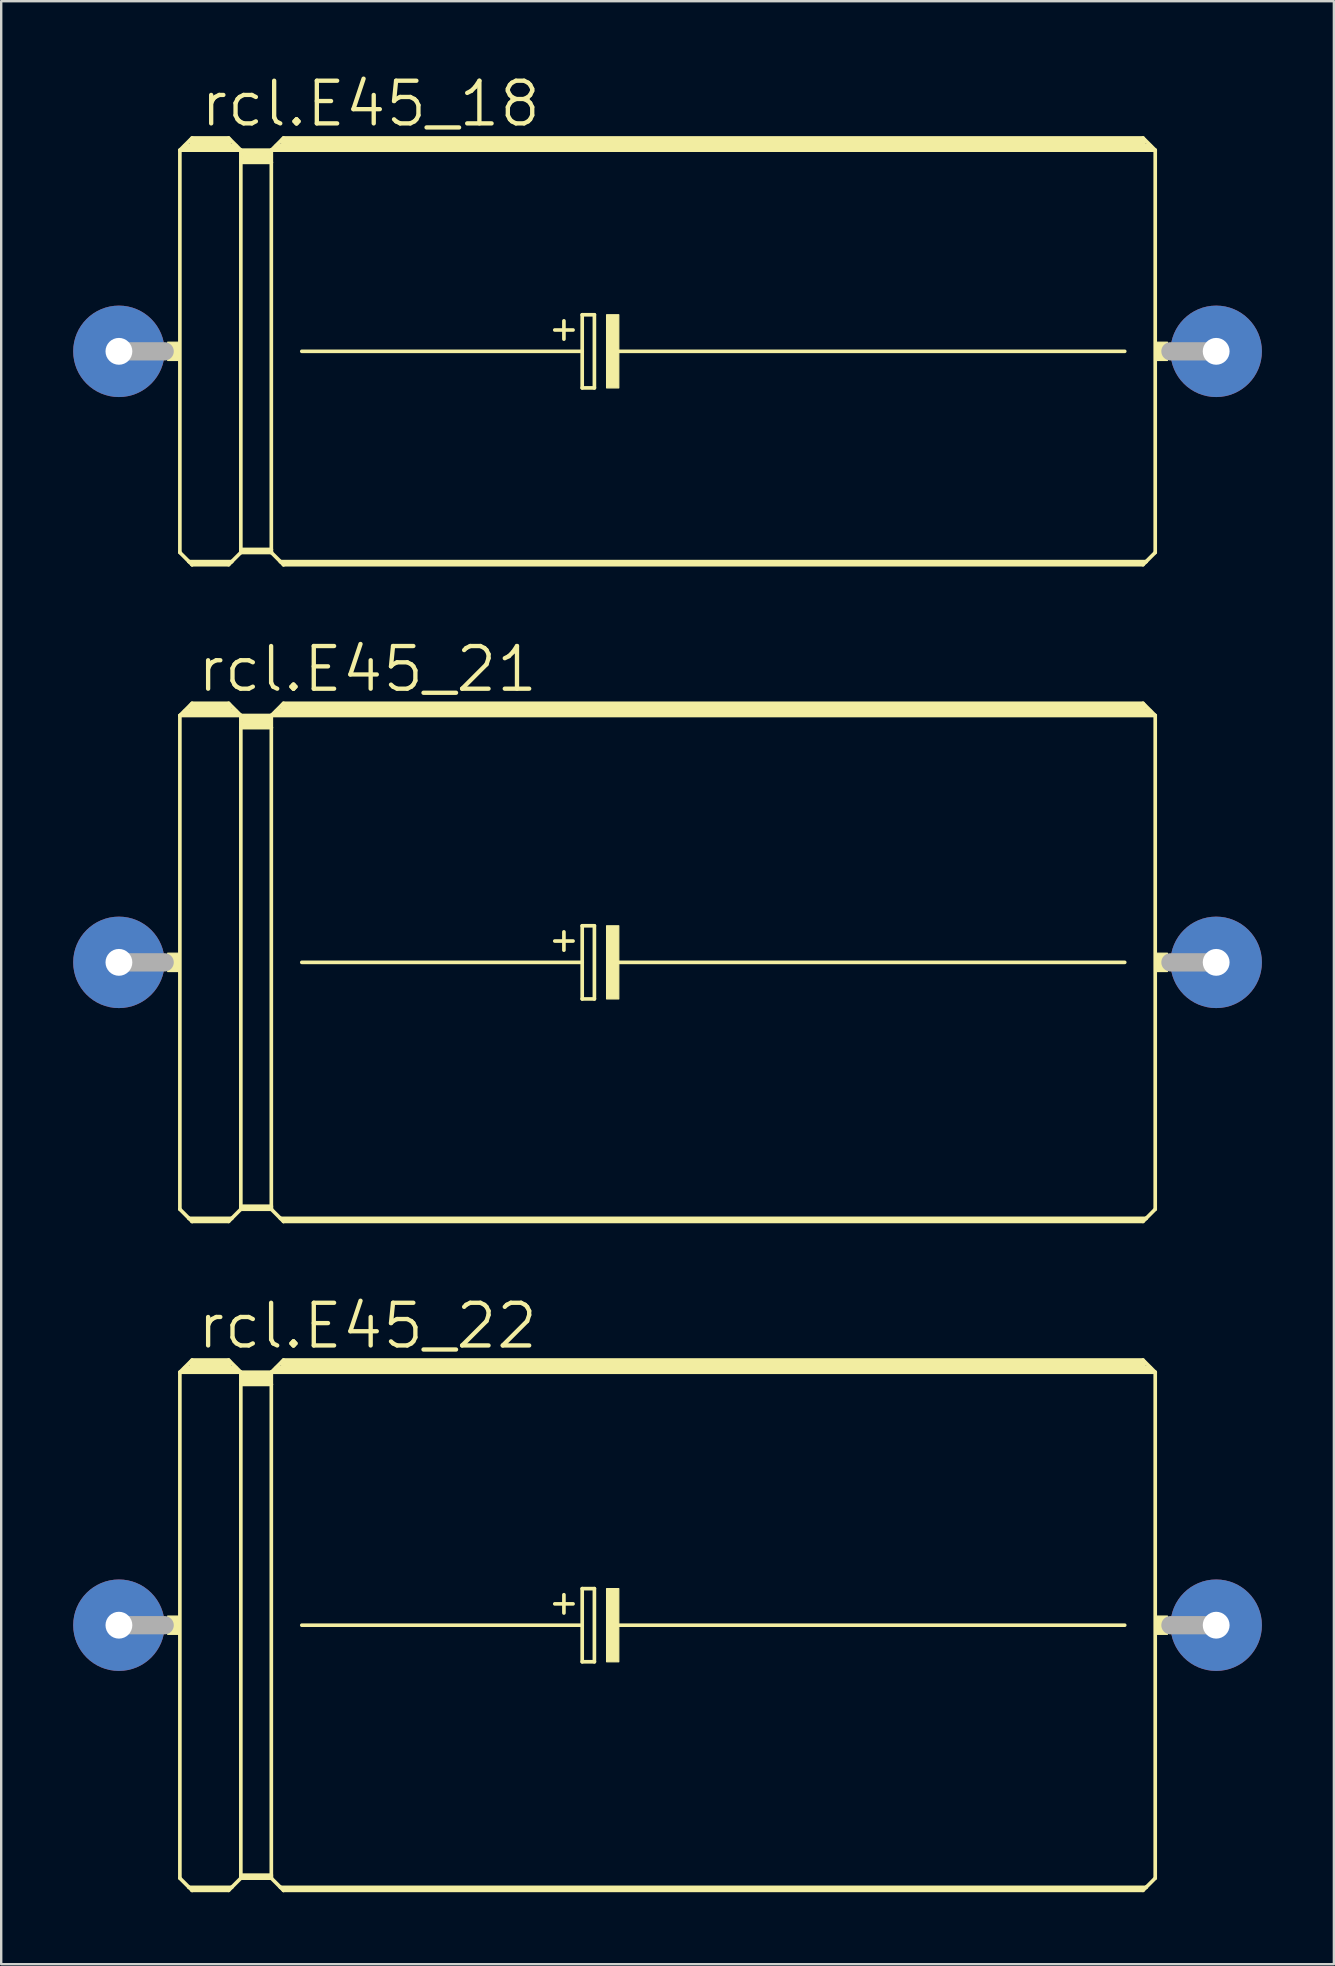
<source format=kicad_pcb>
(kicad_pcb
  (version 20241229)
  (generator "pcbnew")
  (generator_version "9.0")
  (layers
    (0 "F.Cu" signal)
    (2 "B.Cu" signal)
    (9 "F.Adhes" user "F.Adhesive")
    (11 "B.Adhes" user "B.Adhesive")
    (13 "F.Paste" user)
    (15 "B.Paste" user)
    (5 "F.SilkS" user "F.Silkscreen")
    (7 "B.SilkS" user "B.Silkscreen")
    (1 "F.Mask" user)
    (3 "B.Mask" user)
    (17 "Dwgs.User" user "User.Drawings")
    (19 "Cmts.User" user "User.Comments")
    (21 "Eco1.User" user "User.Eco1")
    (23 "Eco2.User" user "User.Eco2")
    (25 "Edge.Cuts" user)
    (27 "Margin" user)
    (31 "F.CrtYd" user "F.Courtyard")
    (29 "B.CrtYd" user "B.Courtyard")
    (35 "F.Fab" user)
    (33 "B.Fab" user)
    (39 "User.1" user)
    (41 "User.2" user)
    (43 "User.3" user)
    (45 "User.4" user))
  (footprint "rcl.E45_18"
    (layer "F.Cu")
    (at 24.765 11.589)
    (property "Reference" "rcl.E45_18" (at -19.558 -9.271 0) (layer "F.SilkS") (effects (font (size 1.778 1.778) (thickness 0.18)) (justify left bottom)))
    (attr through_hole)
    (fp_line (start -20.32 -8.382) (end -20.32 8.382) (stroke (width 0.152) (type default)) (layer "F.SilkS"))
    (fp_line (start -20.32 -8.382) (end -19.812 -8.89) (stroke (width 0.152) (type default)) (layer "F.SilkS"))
    (fp_line (start -20.32 -8.382) (end -17.78 -8.382) (stroke (width 0.152) (type default)) (layer "F.SilkS"))
    (fp_line (start -20.32 8.382) (end -19.939 8.763) (stroke (width 0.152) (type default)) (layer "F.SilkS"))
    (fp_line (start -20.066 -8.509) (end -18.034 -8.509) (stroke (width 0.305) (type default)) (layer "F.SilkS"))
    (fp_line (start -19.939 8.763) (end -19.812 8.89) (stroke (width 0.152) (type default)) (layer "F.SilkS"))
    (fp_line (start -19.939 8.763) (end -18.161 8.763) (stroke (width 0.152) (type default)) (layer "F.SilkS"))
    (fp_line (start -19.812 -8.89) (end -18.288 -8.89) (stroke (width 0.152) (type default)) (layer "F.SilkS"))
    (fp_line (start -19.812 -8.763) (end -18.288 -8.763) (stroke (width 0.305) (type default)) (layer "F.SilkS"))
    (fp_line (start -19.812 8.839) (end -18.288 8.839) (stroke (width 0.152) (type default)) (layer "F.SilkS"))
    (fp_line (start -19.812 8.89) (end -19.812 8.839) (stroke (width 0.152) (type default)) (layer "F.SilkS"))
    (fp_line (start -19.812 8.89) (end -18.288 8.89) (stroke (width 0.152) (type default)) (layer "F.SilkS"))
    (fp_line (start -18.288 -8.89) (end -17.78 -8.382) (stroke (width 0.152) (type default)) (layer "F.SilkS"))
    (fp_line (start -18.288 8.89) (end -18.161 8.763) (stroke (width 0.152) (type default)) (layer "F.SilkS"))
    (fp_line (start -18.161 8.763) (end -17.78 8.382) (stroke (width 0.152) (type default)) (layer "F.SilkS"))
    (fp_line (start -17.78 -8.382) (end -16.51 -8.382) (stroke (width 0.152) (type default)) (layer "F.SilkS"))
    (fp_line (start -17.78 -7.874) (end -17.78 -8.382) (stroke (width 0.152) (type default)) (layer "F.SilkS"))
    (fp_line (start -17.78 -7.874) (end -16.51 -7.874) (stroke (width 0.152) (type default)) (layer "F.SilkS"))
    (fp_line (start -17.78 8.255) (end -17.78 -7.874) (stroke (width 0.152) (type default)) (layer "F.SilkS"))
    (fp_line (start -17.78 8.255) (end -16.51 8.255) (stroke (width 0.152) (type default)) (layer "F.SilkS"))
    (fp_line (start -17.78 8.331) (end -17.78 8.255) (stroke (width 0.152) (type default)) (layer "F.SilkS"))
    (fp_line (start -17.78 8.331) (end -16.51 8.331) (stroke (width 0.152) (type default)) (layer "F.SilkS"))
    (fp_line (start -17.78 8.382) (end -17.78 8.331) (stroke (width 0.152) (type default)) (layer "F.SilkS"))
    (fp_line (start -17.78 8.382) (end -16.51 8.382) (stroke (width 0.152) (type default)) (layer "F.SilkS"))
    (fp_line (start -17.653 -8.255) (end -16.637 -8.255) (stroke (width 0.305) (type default)) (layer "F.SilkS"))
    (fp_line (start -17.653 -8.001) (end -16.637 -8.001) (stroke (width 0.305) (type default)) (layer "F.SilkS"))
    (fp_line (start -16.51 -8.382) (end -16.002 -8.89) (stroke (width 0.152) (type default)) (layer "F.SilkS"))
    (fp_line (start -16.51 -8.382) (end 20.32 -8.382) (stroke (width 0.152) (type default)) (layer "F.SilkS"))
    (fp_line (start -16.51 -7.874) (end -16.51 -8.382) (stroke (width 0.152) (type default)) (layer "F.SilkS"))
    (fp_line (start -16.51 8.255) (end -16.51 -7.874) (stroke (width 0.152) (type default)) (layer "F.SilkS"))
    (fp_line (start -16.51 8.331) (end -16.51 8.255) (stroke (width 0.152) (type default)) (layer "F.SilkS"))
    (fp_line (start -16.51 8.382) (end -16.51 8.331) (stroke (width 0.152) (type default)) (layer "F.SilkS"))
    (fp_line (start -16.51 8.382) (end -16.129 8.763) (stroke (width 0.152) (type default)) (layer "F.SilkS"))
    (fp_line (start -16.256 -8.509) (end 20.066 -8.509) (stroke (width 0.305) (type default)) (layer "F.SilkS"))
    (fp_line (start -16.129 8.763) (end -16.002 8.89) (stroke (width 0.152) (type default)) (layer "F.SilkS"))
    (fp_line (start -16.129 8.763) (end 19.939 8.763) (stroke (width 0.152) (type default)) (layer "F.SilkS"))
    (fp_line (start -16.002 -8.89) (end 19.812 -8.89) (stroke (width 0.152) (type default)) (layer "F.SilkS"))
    (fp_line (start -16.002 -8.763) (end 19.812 -8.763) (stroke (width 0.305) (type default)) (layer "F.SilkS"))
    (fp_line (start -16.002 8.839) (end 19.812 8.839) (stroke (width 0.152) (type default)) (layer "F.SilkS"))
    (fp_line (start -16.002 8.89) (end -16.002 8.839) (stroke (width 0.152) (type default)) (layer "F.SilkS"))
    (fp_line (start -16.002 8.89) (end 19.812 8.89) (stroke (width 0.152) (type default)) (layer "F.SilkS"))
    (fp_line (start -15.24 0) (end -3.556 0) (stroke (width 0.152) (type default)) (layer "F.SilkS"))
    (fp_line (start -4.699 -0.889) (end -3.937 -0.889) (stroke (width 0.152) (type default)) (layer "F.SilkS"))
    (fp_line (start -4.318 -1.27) (end -4.318 -0.508) (stroke (width 0.152) (type default)) (layer "F.SilkS"))
    (fp_line (start -3.556 -1.524) (end -3.556 0) (stroke (width 0.152) (type default)) (layer "F.SilkS"))
    (fp_line (start -3.556 0) (end -3.556 1.524) (stroke (width 0.152) (type default)) (layer "F.SilkS"))
    (fp_line (start -3.556 1.524) (end -3.048 1.524) (stroke (width 0.152) (type default)) (layer "F.SilkS"))
    (fp_line (start -3.048 -1.524) (end -3.556 -1.524) (stroke (width 0.152) (type default)) (layer "F.SilkS"))
    (fp_line (start -3.048 1.524) (end -3.048 -1.524) (stroke (width 0.152) (type default)) (layer "F.SilkS"))
    (fp_line (start -2.159 0) (end 19.05 0) (stroke (width 0.152) (type default)) (layer "F.SilkS"))
    (fp_line (start 19.812 -8.89) (end 20.32 -8.382) (stroke (width 0.152) (type default)) (layer "F.SilkS"))
    (fp_line (start 19.812 8.89) (end 19.939 8.763) (stroke (width 0.152) (type default)) (layer "F.SilkS"))
    (fp_line (start 19.939 8.763) (end 20.32 8.382) (stroke (width 0.152) (type default)) (layer "F.SilkS"))
    (fp_line (start 20.32 -8.382) (end 20.32 8.382) (stroke (width 0.152) (type default)) (layer "F.SilkS"))
    (fp_rect (start -20.828 0.381) (end -20.32 -0.381) (stroke (width 0.05) (type default)) (fill yes) (layer "F.SilkS"))
    (fp_rect (start -2.54 1.524) (end -2.032 -1.524) (stroke (width 0.05) (type default)) (fill yes) (layer "F.SilkS"))
    (fp_rect (start 20.32 0.381) (end 20.828 -0.381) (stroke (width 0.05) (type default)) (fill yes) (layer "F.SilkS"))
    (fp_line (start -22.86 0) (end -20.955 0) (stroke (width 0.762) (type default)) (layer "F.Fab"))
    (fp_line (start 22.86 0) (end 20.955 0) (stroke (width 0.762) (type default)) (layer "F.Fab"))
    (pad "+" thru_hole circle (at -22.86 0) (size 3.81 3.81) (drill 1.118) (layers "*.Cu" "*.Mask"))
    (pad "-" thru_hole circle (at 22.86 0) (size 3.81 3.81) (drill 1.118) (layers "*.Cu" "*.Mask")))
  (footprint "rcl.E45_21"
    (layer "F.Cu")
    (at 24.765 37.049)
    (property "Reference" "rcl.E45_21" (at -19.685 -11.176 0) (layer "F.SilkS") (effects (font (size 1.778 1.778) (thickness 0.18)) (justify left bottom)))
    (attr through_hole)
    (fp_line (start -20.32 -10.287) (end -20.32 10.287) (stroke (width 0.152) (type default)) (layer "F.SilkS"))
    (fp_line (start -20.32 -10.287) (end -19.812 -10.795) (stroke (width 0.152) (type default)) (layer "F.SilkS"))
    (fp_line (start -20.32 -10.287) (end -17.78 -10.287) (stroke (width 0.152) (type default)) (layer "F.SilkS"))
    (fp_line (start -20.32 10.287) (end -19.939 10.668) (stroke (width 0.152) (type default)) (layer "F.SilkS"))
    (fp_line (start -20.066 -10.414) (end -18.034 -10.414) (stroke (width 0.305) (type default)) (layer "F.SilkS"))
    (fp_line (start -19.939 10.668) (end -19.812 10.795) (stroke (width 0.152) (type default)) (layer "F.SilkS"))
    (fp_line (start -19.939 10.668) (end -18.161 10.668) (stroke (width 0.152) (type default)) (layer "F.SilkS"))
    (fp_line (start -19.812 -10.795) (end -18.288 -10.795) (stroke (width 0.152) (type default)) (layer "F.SilkS"))
    (fp_line (start -19.812 -10.668) (end -18.288 -10.668) (stroke (width 0.305) (type default)) (layer "F.SilkS"))
    (fp_line (start -19.812 10.744) (end -18.288 10.744) (stroke (width 0.152) (type default)) (layer "F.SilkS"))
    (fp_line (start -19.812 10.795) (end -19.812 10.744) (stroke (width 0.152) (type default)) (layer "F.SilkS"))
    (fp_line (start -19.812 10.795) (end -18.288 10.795) (stroke (width 0.152) (type default)) (layer "F.SilkS"))
    (fp_line (start -18.288 -10.795) (end -17.78 -10.287) (stroke (width 0.152) (type default)) (layer "F.SilkS"))
    (fp_line (start -18.288 10.795) (end -18.161 10.668) (stroke (width 0.152) (type default)) (layer "F.SilkS"))
    (fp_line (start -18.161 10.668) (end -17.78 10.287) (stroke (width 0.152) (type default)) (layer "F.SilkS"))
    (fp_line (start -17.78 -10.287) (end -16.51 -10.287) (stroke (width 0.152) (type default)) (layer "F.SilkS"))
    (fp_line (start -17.78 -9.779) (end -17.78 -10.287) (stroke (width 0.152) (type default)) (layer "F.SilkS"))
    (fp_line (start -17.78 -9.779) (end -16.51 -9.779) (stroke (width 0.152) (type default)) (layer "F.SilkS"))
    (fp_line (start -17.78 10.16) (end -17.78 -9.779) (stroke (width 0.152) (type default)) (layer "F.SilkS"))
    (fp_line (start -17.78 10.16) (end -16.51 10.16) (stroke (width 0.152) (type default)) (layer "F.SilkS"))
    (fp_line (start -17.78 10.236) (end -17.78 10.16) (stroke (width 0.152) (type default)) (layer "F.SilkS"))
    (fp_line (start -17.78 10.236) (end -16.51 10.236) (stroke (width 0.152) (type default)) (layer "F.SilkS"))
    (fp_line (start -17.78 10.287) (end -17.78 10.236) (stroke (width 0.152) (type default)) (layer "F.SilkS"))
    (fp_line (start -17.78 10.287) (end -16.51 10.287) (stroke (width 0.152) (type default)) (layer "F.SilkS"))
    (fp_line (start -17.653 -10.16) (end -16.637 -10.16) (stroke (width 0.305) (type default)) (layer "F.SilkS"))
    (fp_line (start -17.653 -9.906) (end -16.637 -9.906) (stroke (width 0.305) (type default)) (layer "F.SilkS"))
    (fp_line (start -16.51 -10.287) (end -16.002 -10.795) (stroke (width 0.152) (type default)) (layer "F.SilkS"))
    (fp_line (start -16.51 -10.287) (end 20.32 -10.287) (stroke (width 0.152) (type default)) (layer "F.SilkS"))
    (fp_line (start -16.51 -9.779) (end -16.51 -10.287) (stroke (width 0.152) (type default)) (layer "F.SilkS"))
    (fp_line (start -16.51 10.16) (end -16.51 -9.779) (stroke (width 0.152) (type default)) (layer "F.SilkS"))
    (fp_line (start -16.51 10.236) (end -16.51 10.16) (stroke (width 0.152) (type default)) (layer "F.SilkS"))
    (fp_line (start -16.51 10.287) (end -16.51 10.236) (stroke (width 0.152) (type default)) (layer "F.SilkS"))
    (fp_line (start -16.51 10.287) (end -16.129 10.668) (stroke (width 0.152) (type default)) (layer "F.SilkS"))
    (fp_line (start -16.256 -10.414) (end 20.066 -10.414) (stroke (width 0.305) (type default)) (layer "F.SilkS"))
    (fp_line (start -16.129 10.668) (end -16.002 10.795) (stroke (width 0.152) (type default)) (layer "F.SilkS"))
    (fp_line (start -16.129 10.668) (end 19.939 10.668) (stroke (width 0.152) (type default)) (layer "F.SilkS"))
    (fp_line (start -16.002 -10.795) (end 19.812 -10.795) (stroke (width 0.152) (type default)) (layer "F.SilkS"))
    (fp_line (start -16.002 -10.668) (end 19.812 -10.668) (stroke (width 0.305) (type default)) (layer "F.SilkS"))
    (fp_line (start -16.002 10.744) (end 19.812 10.744) (stroke (width 0.152) (type default)) (layer "F.SilkS"))
    (fp_line (start -16.002 10.795) (end -16.002 10.744) (stroke (width 0.152) (type default)) (layer "F.SilkS"))
    (fp_line (start -16.002 10.795) (end 19.812 10.795) (stroke (width 0.152) (type default)) (layer "F.SilkS"))
    (fp_line (start -15.24 0) (end -3.556 0) (stroke (width 0.152) (type default)) (layer "F.SilkS"))
    (fp_line (start -4.699 -0.889) (end -3.937 -0.889) (stroke (width 0.152) (type default)) (layer "F.SilkS"))
    (fp_line (start -4.318 -1.27) (end -4.318 -0.508) (stroke (width 0.152) (type default)) (layer "F.SilkS"))
    (fp_line (start -3.556 -1.524) (end -3.556 0) (stroke (width 0.152) (type default)) (layer "F.SilkS"))
    (fp_line (start -3.556 0) (end -3.556 1.524) (stroke (width 0.152) (type default)) (layer "F.SilkS"))
    (fp_line (start -3.556 1.524) (end -3.048 1.524) (stroke (width 0.152) (type default)) (layer "F.SilkS"))
    (fp_line (start -3.048 -1.524) (end -3.556 -1.524) (stroke (width 0.152) (type default)) (layer "F.SilkS"))
    (fp_line (start -3.048 1.524) (end -3.048 -1.524) (stroke (width 0.152) (type default)) (layer "F.SilkS"))
    (fp_line (start -2.159 0) (end 19.05 0) (stroke (width 0.152) (type default)) (layer "F.SilkS"))
    (fp_line (start 19.812 -10.795) (end 20.32 -10.287) (stroke (width 0.152) (type default)) (layer "F.SilkS"))
    (fp_line (start 19.812 10.795) (end 19.939 10.668) (stroke (width 0.152) (type default)) (layer "F.SilkS"))
    (fp_line (start 19.939 10.668) (end 20.32 10.287) (stroke (width 0.152) (type default)) (layer "F.SilkS"))
    (fp_line (start 20.32 -10.287) (end 20.32 10.287) (stroke (width 0.152) (type default)) (layer "F.SilkS"))
    (fp_rect (start -20.828 0.381) (end -20.32 -0.381) (stroke (width 0.05) (type default)) (fill yes) (layer "F.SilkS"))
    (fp_rect (start -2.54 1.524) (end -2.032 -1.524) (stroke (width 0.05) (type default)) (fill yes) (layer "F.SilkS"))
    (fp_rect (start 20.32 0.381) (end 20.828 -0.381) (stroke (width 0.05) (type default)) (fill yes) (layer "F.SilkS"))
    (fp_line (start -22.86 0) (end -20.955 0) (stroke (width 0.762) (type default)) (layer "F.Fab"))
    (fp_line (start 22.86 0) (end 20.955 0) (stroke (width 0.762) (type default)) (layer "F.Fab"))
    (pad "+" thru_hole circle (at -22.86 0) (size 3.81 3.81) (drill 1.118) (layers "*.Cu" "*.Mask"))
    (pad "-" thru_hole circle (at 22.86 0) (size 3.81 3.81) (drill 1.118) (layers "*.Cu" "*.Mask")))
  (footprint "rcl.E45_22"
    (layer "F.Cu")
    (at 24.765 64.668)
    (property "Reference" "rcl.E45_22" (at -19.685 -11.43 0) (layer "F.SilkS") (effects (font (size 1.778 1.778) (thickness 0.18)) (justify left bottom)))
    (attr through_hole)
    (fp_line (start -20.32 -10.541) (end -20.32 10.541) (stroke (width 0.152) (type default)) (layer "F.SilkS"))
    (fp_line (start -20.32 -10.541) (end -19.812 -11.049) (stroke (width 0.152) (type default)) (layer "F.SilkS"))
    (fp_line (start -20.32 -10.541) (end -17.78 -10.541) (stroke (width 0.152) (type default)) (layer "F.SilkS"))
    (fp_line (start -20.32 10.541) (end -19.939 10.922) (stroke (width 0.152) (type default)) (layer "F.SilkS"))
    (fp_line (start -20.066 -10.668) (end -18.034 -10.668) (stroke (width 0.305) (type default)) (layer "F.SilkS"))
    (fp_line (start -19.939 10.922) (end -19.812 11.049) (stroke (width 0.152) (type default)) (layer "F.SilkS"))
    (fp_line (start -19.939 10.922) (end -18.161 10.922) (stroke (width 0.152) (type default)) (layer "F.SilkS"))
    (fp_line (start -19.812 -11.049) (end -18.288 -11.049) (stroke (width 0.152) (type default)) (layer "F.SilkS"))
    (fp_line (start -19.812 -10.922) (end -18.288 -10.922) (stroke (width 0.305) (type default)) (layer "F.SilkS"))
    (fp_line (start -19.812 10.998) (end -18.288 10.998) (stroke (width 0.152) (type default)) (layer "F.SilkS"))
    (fp_line (start -19.812 11.049) (end -19.812 10.998) (stroke (width 0.152) (type default)) (layer "F.SilkS"))
    (fp_line (start -19.812 11.049) (end -18.288 11.049) (stroke (width 0.152) (type default)) (layer "F.SilkS"))
    (fp_line (start -18.288 -11.049) (end -17.78 -10.541) (stroke (width 0.152) (type default)) (layer "F.SilkS"))
    (fp_line (start -18.288 11.049) (end -18.161 10.922) (stroke (width 0.152) (type default)) (layer "F.SilkS"))
    (fp_line (start -18.161 10.922) (end -17.78 10.541) (stroke (width 0.152) (type default)) (layer "F.SilkS"))
    (fp_line (start -17.78 -10.541) (end -16.51 -10.541) (stroke (width 0.152) (type default)) (layer "F.SilkS"))
    (fp_line (start -17.78 -10.033) (end -17.78 -10.541) (stroke (width 0.152) (type default)) (layer "F.SilkS"))
    (fp_line (start -17.78 -10.033) (end -16.51 -10.033) (stroke (width 0.152) (type default)) (layer "F.SilkS"))
    (fp_line (start -17.78 10.414) (end -17.78 -10.033) (stroke (width 0.152) (type default)) (layer "F.SilkS"))
    (fp_line (start -17.78 10.414) (end -16.51 10.414) (stroke (width 0.152) (type default)) (layer "F.SilkS"))
    (fp_line (start -17.78 10.49) (end -17.78 10.414) (stroke (width 0.152) (type default)) (layer "F.SilkS"))
    (fp_line (start -17.78 10.49) (end -16.51 10.49) (stroke (width 0.152) (type default)) (layer "F.SilkS"))
    (fp_line (start -17.78 10.541) (end -17.78 10.49) (stroke (width 0.152) (type default)) (layer "F.SilkS"))
    (fp_line (start -17.78 10.541) (end -16.51 10.541) (stroke (width 0.152) (type default)) (layer "F.SilkS"))
    (fp_line (start -17.653 -10.414) (end -16.637 -10.414) (stroke (width 0.305) (type default)) (layer "F.SilkS"))
    (fp_line (start -17.653 -10.16) (end -16.637 -10.16) (stroke (width 0.305) (type default)) (layer "F.SilkS"))
    (fp_line (start -16.51 -10.541) (end -16.002 -11.049) (stroke (width 0.152) (type default)) (layer "F.SilkS"))
    (fp_line (start -16.51 -10.541) (end 20.32 -10.541) (stroke (width 0.152) (type default)) (layer "F.SilkS"))
    (fp_line (start -16.51 -10.033) (end -16.51 -10.541) (stroke (width 0.152) (type default)) (layer "F.SilkS"))
    (fp_line (start -16.51 10.414) (end -16.51 -10.033) (stroke (width 0.152) (type default)) (layer "F.SilkS"))
    (fp_line (start -16.51 10.49) (end -16.51 10.414) (stroke (width 0.152) (type default)) (layer "F.SilkS"))
    (fp_line (start -16.51 10.541) (end -16.51 10.49) (stroke (width 0.152) (type default)) (layer "F.SilkS"))
    (fp_line (start -16.51 10.541) (end -16.129 10.922) (stroke (width 0.152) (type default)) (layer "F.SilkS"))
    (fp_line (start -16.256 -10.668) (end 20.066 -10.668) (stroke (width 0.305) (type default)) (layer "F.SilkS"))
    (fp_line (start -16.129 10.922) (end -16.002 11.049) (stroke (width 0.152) (type default)) (layer "F.SilkS"))
    (fp_line (start -16.129 10.922) (end 19.939 10.922) (stroke (width 0.152) (type default)) (layer "F.SilkS"))
    (fp_line (start -16.002 -11.049) (end 19.812 -11.049) (stroke (width 0.152) (type default)) (layer "F.SilkS"))
    (fp_line (start -16.002 -10.922) (end 19.812 -10.922) (stroke (width 0.305) (type default)) (layer "F.SilkS"))
    (fp_line (start -16.002 10.998) (end 19.812 10.998) (stroke (width 0.152) (type default)) (layer "F.SilkS"))
    (fp_line (start -16.002 11.049) (end -16.002 10.998) (stroke (width 0.152) (type default)) (layer "F.SilkS"))
    (fp_line (start -16.002 11.049) (end 19.812 11.049) (stroke (width 0.152) (type default)) (layer "F.SilkS"))
    (fp_line (start -15.24 0) (end -3.556 0) (stroke (width 0.152) (type default)) (layer "F.SilkS"))
    (fp_line (start -4.699 -0.889) (end -3.937 -0.889) (stroke (width 0.152) (type default)) (layer "F.SilkS"))
    (fp_line (start -4.318 -1.27) (end -4.318 -0.508) (stroke (width 0.152) (type default)) (layer "F.SilkS"))
    (fp_line (start -3.556 -1.524) (end -3.556 0) (stroke (width 0.152) (type default)) (layer "F.SilkS"))
    (fp_line (start -3.556 0) (end -3.556 1.524) (stroke (width 0.152) (type default)) (layer "F.SilkS"))
    (fp_line (start -3.556 1.524) (end -3.048 1.524) (stroke (width 0.152) (type default)) (layer "F.SilkS"))
    (fp_line (start -3.048 -1.524) (end -3.556 -1.524) (stroke (width 0.152) (type default)) (layer "F.SilkS"))
    (fp_line (start -3.048 1.524) (end -3.048 -1.524) (stroke (width 0.152) (type default)) (layer "F.SilkS"))
    (fp_line (start -2.159 0) (end 19.05 0) (stroke (width 0.152) (type default)) (layer "F.SilkS"))
    (fp_line (start 19.812 -11.049) (end 20.32 -10.541) (stroke (width 0.152) (type default)) (layer "F.SilkS"))
    (fp_line (start 19.812 11.049) (end 19.939 10.922) (stroke (width 0.152) (type default)) (layer "F.SilkS"))
    (fp_line (start 19.939 10.922) (end 20.32 10.541) (stroke (width 0.152) (type default)) (layer "F.SilkS"))
    (fp_line (start 20.32 -10.541) (end 20.32 10.541) (stroke (width 0.152) (type default)) (layer "F.SilkS"))
    (fp_rect (start -20.828 0.381) (end -20.32 -0.381) (stroke (width 0.05) (type default)) (fill yes) (layer "F.SilkS"))
    (fp_rect (start -2.54 1.524) (end -2.032 -1.524) (stroke (width 0.05) (type default)) (fill yes) (layer "F.SilkS"))
    (fp_rect (start 20.32 0.381) (end 20.828 -0.381) (stroke (width 0.05) (type default)) (fill yes) (layer "F.SilkS"))
    (fp_line (start -22.86 0) (end -20.955 0) (stroke (width 0.762) (type default)) (layer "F.Fab"))
    (fp_line (start 22.86 0) (end 20.955 0) (stroke (width 0.762) (type default)) (layer "F.Fab"))
    (pad "+" thru_hole circle (at -22.86 0) (size 3.81 3.81) (drill 1.118) (layers "*.Cu" "*.Mask"))
    (pad "-" thru_hole circle (at 22.86 0) (size 3.81 3.81) (drill 1.118) (layers "*.Cu" "*.Mask")))
  (gr_rect
    (start -3 -3)
    (end 52.53 78.794)
    (stroke (width 0.1) (type default))
    (fill no)
    (layer "Edge.Cuts")))
</source>
